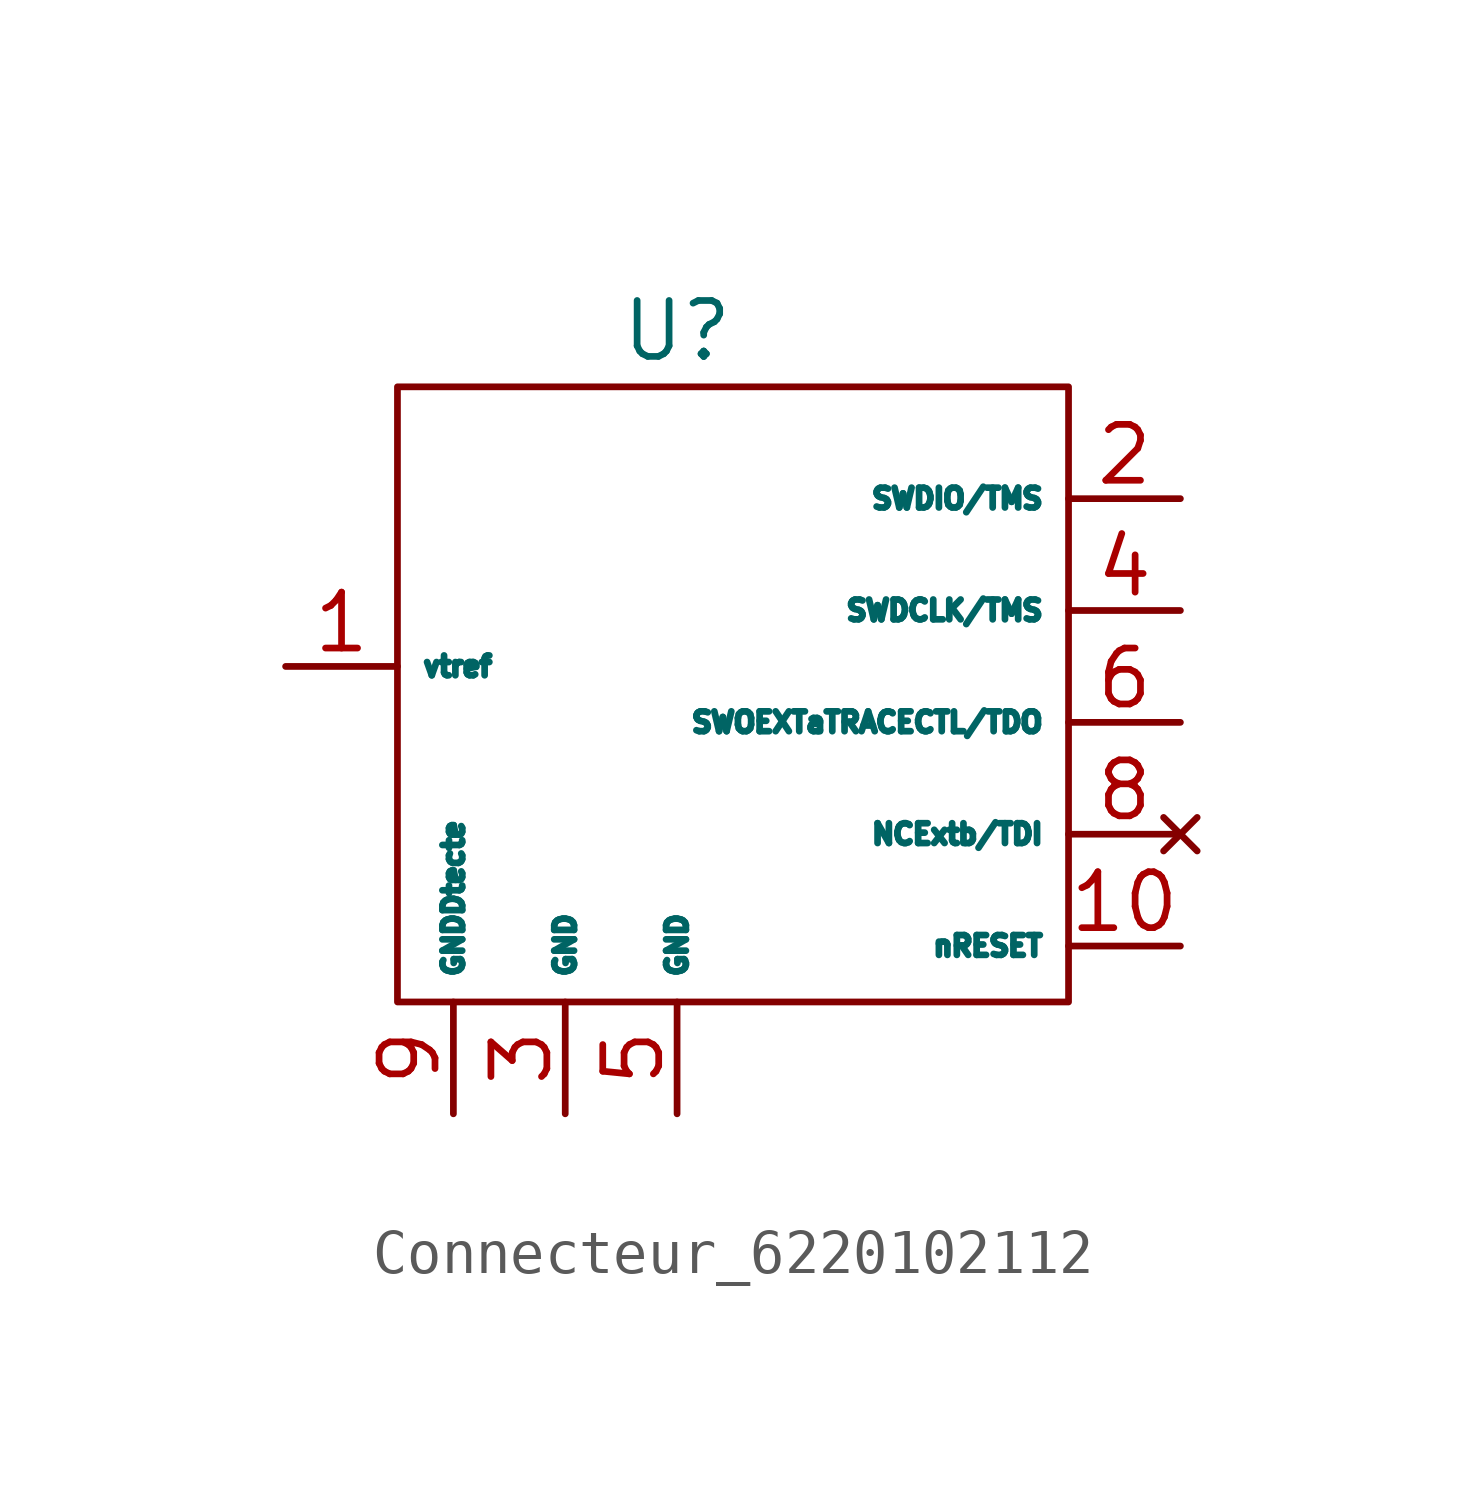
<source format=kicad_sym>
(kicad_symbol_lib
  (version 20220914)
  (generator kicad_symbol_editor)
  (symbol "Connecteur_6220102112"
    (property "Reference" "U"
      (at 1.27 2.54 0)
      (effects (font (size 1.27 1.27))))
    (property "Value" ""
      (at 10.16 3.81 0)
      (effects (font (size 1.27 1.27))))
    (symbol "Connecteur_6220102112_0_1"
      (rectangle (start -5.08 1.27) (end 10.16 -12.7) (stroke (width 0) (type default)) (fill (type none))))
    (symbol "Connecteur_6220102112_1_1"
      (pin power_in line (at -7.62 -5.08 0) (length 2.54) (name "vtref" (effects (font (size 0.45 0.45)))) (number "1" (effects (font (size 1.27 1.27)))))
      (pin input line (at 12.7 -11.43 180) (length 2.54) (name "nRESET" (effects (font (size 0.45 0.45)))) (number "10" (effects (font (size 1.27 1.27)))))
      (pin bidirectional line (at 12.7 -1.27 180) (length 2.54) (name "SWDIO/TMS" (effects (font (size 0.45 0.45)))) (number "2" (effects (font (size 1.27 1.27)))))
      (pin power_in line (at -1.27 -15.24 90) (length 2.54) (name "GND" (effects (font (size 0.45 0.45)))) (number "3" (effects (font (size 1.27 1.27)))))
      (pin input line (at 12.7 -3.81 180) (length 2.54) (name "SWDCLK/TMS" (effects (font (size 0.45 0.45)))) (number "4" (effects (font (size 1.27 1.27)))))
      (pin power_in line (at 1.27 -15.24 90) (length 2.54) (name "GND" (effects (font (size 0.45 0.45)))) (number "5" (effects (font (size 1.27 1.27)))))
      (pin output line (at 12.7 -6.35 180) (length 2.54) (name "SWOEXTaTRACECTL/TDO" (effects (font (size 0.45 0.45)))) (number "6" (effects (font (size 1.27 1.27)))))
      (pin no_connect line (at 12.7 -8.89 180) (length 2.54) (name "NCExtb/TDI" (effects (font (size 0.45 0.45)))) (number "8" (effects (font (size 1.27 1.27)))))
      (pin power_in line (at -3.81 -15.24 90) (length 2.54) (name "GNDDtecte" (effects (font (size 0.45 0.45)))) (number "9" (effects (font (size 1.27 1.27))))))))
</source>
